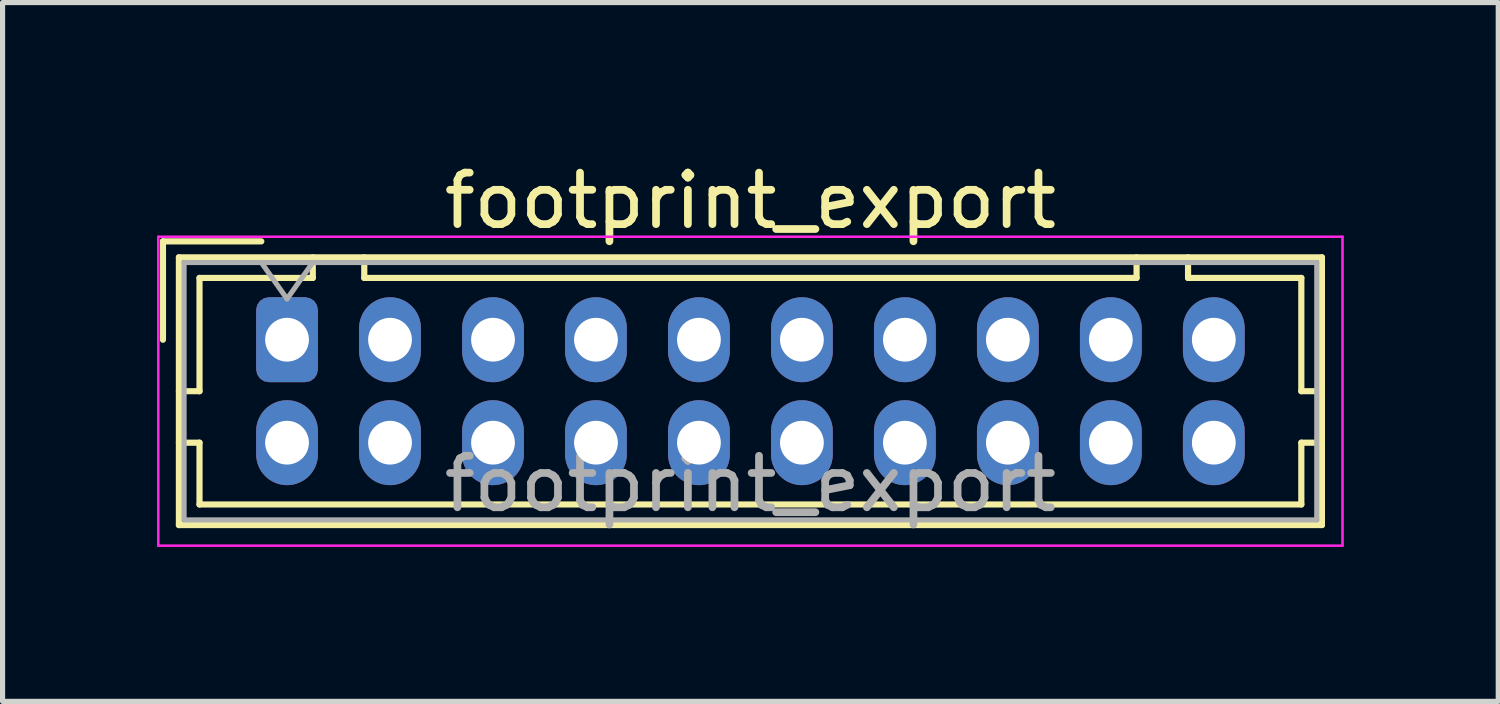
<source format=kicad_pcb>
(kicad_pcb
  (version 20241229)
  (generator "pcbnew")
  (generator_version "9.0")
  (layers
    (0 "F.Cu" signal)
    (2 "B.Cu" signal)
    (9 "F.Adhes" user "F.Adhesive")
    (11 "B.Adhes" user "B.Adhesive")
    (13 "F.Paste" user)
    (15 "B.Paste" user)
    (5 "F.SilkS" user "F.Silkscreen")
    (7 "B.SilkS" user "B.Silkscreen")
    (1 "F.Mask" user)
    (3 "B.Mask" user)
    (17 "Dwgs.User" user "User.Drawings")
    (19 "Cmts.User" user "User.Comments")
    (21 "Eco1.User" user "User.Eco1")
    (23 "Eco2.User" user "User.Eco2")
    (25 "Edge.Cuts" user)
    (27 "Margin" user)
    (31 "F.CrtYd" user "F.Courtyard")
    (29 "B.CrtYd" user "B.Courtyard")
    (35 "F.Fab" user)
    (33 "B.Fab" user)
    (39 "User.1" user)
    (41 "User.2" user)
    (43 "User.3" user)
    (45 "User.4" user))
  (footprint "footprint_export"
    (layer "F.Cu")
    (at 2.525 3.548)
    (property "Reference" "footprint_export" (at 9 -2.7 0) (layer "F.SilkS") (effects (font (size 1 1) (thickness 0.15))))
    (attr through_hole)
    (fp_line (start -2.41 -1.91) (end -0.5 -1.91) (stroke (width 0.12) (type solid)) (layer "F.SilkS"))
    (fp_line (start -2.41 0) (end -2.41 -1.91) (stroke (width 0.12) (type solid)) (layer "F.SilkS"))
    (fp_line (start -2.1 -1.6) (end -2.1 3.6) (stroke (width 0.12) (type solid)) (layer "F.SilkS"))
    (fp_line (start -2.1 1) (end -1.7 1) (stroke (width 0.12) (type solid)) (layer "F.SilkS"))
    (fp_line (start -2.1 2) (end -1.7 2) (stroke (width 0.12) (type solid)) (layer "F.SilkS"))
    (fp_line (start -2.1 3.6) (end 20.1 3.6) (stroke (width 0.12) (type solid)) (layer "F.SilkS"))
    (fp_line (start -1.7 -1.2) (end 0.5 -1.2) (stroke (width 0.12) (type solid)) (layer "F.SilkS"))
    (fp_line (start -1.7 1) (end -1.7 -1.2) (stroke (width 0.12) (type solid)) (layer "F.SilkS"))
    (fp_line (start -1.7 2) (end -1.7 3.2) (stroke (width 0.12) (type solid)) (layer "F.SilkS"))
    (fp_line (start -1.7 3.2) (end 19.7 3.2) (stroke (width 0.12) (type solid)) (layer "F.SilkS"))
    (fp_line (start 0.5 -1.2) (end 0.5 -1.6) (stroke (width 0.12) (type solid)) (layer "F.SilkS"))
    (fp_line (start 1.5 -1.6) (end 1.5 -1.2) (stroke (width 0.12) (type solid)) (layer "F.SilkS"))
    (fp_line (start 1.5 -1.2) (end 16.5 -1.2) (stroke (width 0.12) (type solid)) (layer "F.SilkS"))
    (fp_line (start 16.5 -1.2) (end 16.5 -1.6) (stroke (width 0.12) (type solid)) (layer "F.SilkS"))
    (fp_line (start 17.5 -1.2) (end 17.5 -1.6) (stroke (width 0.12) (type solid)) (layer "F.SilkS"))
    (fp_line (start 19.7 -1.2) (end 17.5 -1.2) (stroke (width 0.12) (type solid)) (layer "F.SilkS"))
    (fp_line (start 19.7 1) (end 19.7 -1.2) (stroke (width 0.12) (type solid)) (layer "F.SilkS"))
    (fp_line (start 19.7 2) (end 20.1 2) (stroke (width 0.12) (type solid)) (layer "F.SilkS"))
    (fp_line (start 19.7 3.2) (end 19.7 2) (stroke (width 0.12) (type solid)) (layer "F.SilkS"))
    (fp_line (start 20.1 -1.6) (end -2.1 -1.6) (stroke (width 0.12) (type solid)) (layer "F.SilkS"))
    (fp_line (start 20.1 1) (end 19.7 1) (stroke (width 0.12) (type solid)) (layer "F.SilkS"))
    (fp_line (start 20.1 3.6) (end 20.1 -1.6) (stroke (width 0.12) (type solid)) (layer "F.SilkS"))
    (fp_line (start -2.5 -2) (end -2.5 4) (stroke (width 0.05) (type solid)) (layer "F.CrtYd"))
    (fp_line (start -2.5 4) (end 20.5 4) (stroke (width 0.05) (type solid)) (layer "F.CrtYd"))
    (fp_line (start 20.5 -2) (end -2.5 -2) (stroke (width 0.05) (type solid)) (layer "F.CrtYd"))
    (fp_line (start 20.5 4) (end 20.5 -2) (stroke (width 0.05) (type solid)) (layer "F.CrtYd"))
    (fp_line (start -2 -1.5) (end -2 3.5) (stroke (width 0.1) (type solid)) (layer "F.Fab"))
    (fp_line (start -2 3.5) (end 20 3.5) (stroke (width 0.1) (type solid)) (layer "F.Fab"))
    (fp_line (start -0.5 -1.5) (end 0 -0.793) (stroke (width 0.1) (type solid)) (layer "F.Fab"))
    (fp_line (start 0 -0.793) (end 0.5 -1.5) (stroke (width 0.1) (type solid)) (layer "F.Fab"))
    (fp_line (start 20 -1.5) (end -2 -1.5) (stroke (width 0.1) (type solid)) (layer "F.Fab"))
    (fp_line (start 20 3.5) (end 20 -1.5) (stroke (width 0.1) (type solid)) (layer "F.Fab"))
    (fp_text user "${REFERENCE}" (at 9 2.8 0) (layer "F.Fab") (effects (font (size 1 1) (thickness 0.15))))
    (pad "1" thru_hole roundrect (at 0 0) (size 1.2 1.65) (drill 0.85) (layers "*.Cu" "*.Mask") (roundrect_rratio 0.208))
    (pad "2" thru_hole oval (at 0 2) (size 1.2 1.65) (drill 0.85) (layers "*.Cu" "*.Mask"))
    (pad "3" thru_hole oval (at 2 0) (size 1.2 1.65) (drill 0.85) (layers "*.Cu" "*.Mask"))
    (pad "4" thru_hole oval (at 2 2) (size 1.2 1.65) (drill 0.85) (layers "*.Cu" "*.Mask"))
    (pad "5" thru_hole oval (at 4 0) (size 1.2 1.65) (drill 0.85) (layers "*.Cu" "*.Mask"))
    (pad "6" thru_hole oval (at 4 2) (size 1.2 1.65) (drill 0.85) (layers "*.Cu" "*.Mask"))
    (pad "7" thru_hole oval (at 6 0) (size 1.2 1.65) (drill 0.85) (layers "*.Cu" "*.Mask"))
    (pad "8" thru_hole oval (at 6 2) (size 1.2 1.65) (drill 0.85) (layers "*.Cu" "*.Mask"))
    (pad "9" thru_hole oval (at 8 0) (size 1.2 1.65) (drill 0.85) (layers "*.Cu" "*.Mask"))
    (pad "10" thru_hole oval (at 8 2) (size 1.2 1.65) (drill 0.85) (layers "*.Cu" "*.Mask"))
    (pad "11" thru_hole oval (at 10 0) (size 1.2 1.65) (drill 0.85) (layers "*.Cu" "*.Mask"))
    (pad "12" thru_hole oval (at 10 2) (size 1.2 1.65) (drill 0.85) (layers "*.Cu" "*.Mask"))
    (pad "13" thru_hole oval (at 12 0) (size 1.2 1.65) (drill 0.85) (layers "*.Cu" "*.Mask"))
    (pad "14" thru_hole oval (at 12 2) (size 1.2 1.65) (drill 0.85) (layers "*.Cu" "*.Mask"))
    (pad "15" thru_hole oval (at 14 0) (size 1.2 1.65) (drill 0.85) (layers "*.Cu" "*.Mask"))
    (pad "16" thru_hole oval (at 14 2) (size 1.2 1.65) (drill 0.85) (layers "*.Cu" "*.Mask"))
    (pad "17" thru_hole oval (at 16 0) (size 1.2 1.65) (drill 0.85) (layers "*.Cu" "*.Mask"))
    (pad "18" thru_hole oval (at 16 2) (size 1.2 1.65) (drill 0.85) (layers "*.Cu" "*.Mask"))
    (pad "19" thru_hole oval (at 18 0) (size 1.2 1.65) (drill 0.85) (layers "*.Cu" "*.Mask"))
    (pad "20" thru_hole oval (at 18 2) (size 1.2 1.65) (drill 0.85) (layers "*.Cu" "*.Mask")))
  (gr_rect
    (start -3 -3)
    (end 26.05 10.573)
    (stroke (width 0.1) (type default))
    (fill no)
    (layer "Edge.Cuts")))
</source>
